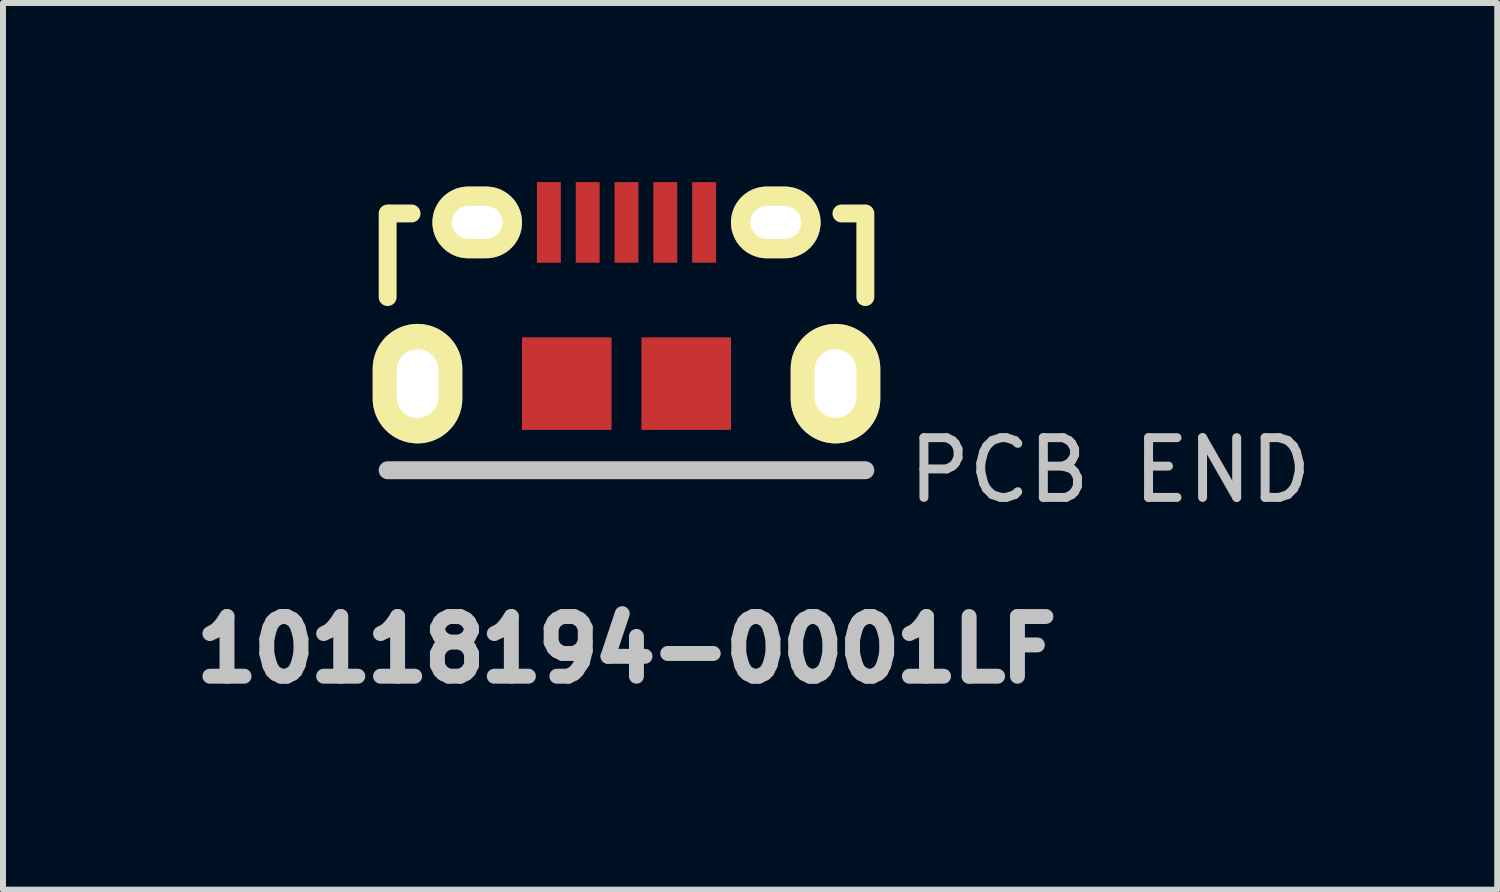
<source format=kicad_pcb>
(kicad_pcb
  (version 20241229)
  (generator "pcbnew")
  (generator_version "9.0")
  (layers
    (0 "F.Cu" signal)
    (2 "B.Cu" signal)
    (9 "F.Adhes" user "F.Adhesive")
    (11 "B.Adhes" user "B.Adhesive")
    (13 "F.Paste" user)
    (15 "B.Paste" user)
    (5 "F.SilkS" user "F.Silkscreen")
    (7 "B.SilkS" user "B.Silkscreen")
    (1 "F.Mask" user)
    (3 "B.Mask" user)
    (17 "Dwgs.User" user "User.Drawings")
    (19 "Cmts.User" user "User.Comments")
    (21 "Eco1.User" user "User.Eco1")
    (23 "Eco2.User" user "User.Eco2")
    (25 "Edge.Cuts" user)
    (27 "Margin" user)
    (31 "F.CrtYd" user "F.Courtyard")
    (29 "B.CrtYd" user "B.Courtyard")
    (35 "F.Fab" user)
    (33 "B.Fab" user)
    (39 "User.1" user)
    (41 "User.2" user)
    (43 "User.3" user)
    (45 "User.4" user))
  (footprint "10118194-0001LF"
    (layer "F.Cu")
    (at 7.442 4.825)
    (property "Reference" "10118194-0001LF" (at 0 3 0) (layer "Dwgs.User") (effects (font (size 1 1) (thickness 0.25))))
    (attr through_hole)
    (fp_line (start -4 -2.9) (end -4 -4.3) (stroke (width 0.3) (type solid)) (layer "F.SilkS"))
    (fp_line (start -3.95 -4.3) (end -3.6 -4.3) (stroke (width 0.3) (type solid)) (layer "F.SilkS"))
    (fp_line (start 3.6 -4.3) (end 3.95 -4.3) (stroke (width 0.3) (type solid)) (layer "F.SilkS"))
    (fp_line (start 4 -2.9) (end 4 -4.3) (stroke (width 0.3) (type solid)) (layer "F.SilkS"))
    (fp_line (start -4 0) (end 4 0) (stroke (width 0.3) (type solid)) (layer "Dwgs.User"))
    (fp_text user "PCB END" (at 8.1 0 0) (layer "Dwgs.User") (effects (font (size 1 1) (thickness 0.15))))
    (pad "1" smd rect (at -1.3 -4.15) (size 0.4 1.35) (layers "F.Cu" "F.Mask" "F.Paste"))
    (pad "2" smd rect (at -0.65 -4.15) (size 0.4 1.35) (layers "F.Cu" "F.Mask" "F.Paste"))
    (pad "3" smd rect (at 0 -4.15) (size 0.4 1.35) (layers "F.Cu" "F.Mask" "F.Paste"))
    (pad "4" smd rect (at 0.65 -4.15) (size 0.4 1.35) (layers "F.Cu" "F.Mask" "F.Paste"))
    (pad "5" smd rect (at 1.3 -4.15) (size 0.4 1.35) (layers "F.Cu" "F.Mask" "F.Paste"))
    (pad "6" thru_hole oval (at 2.5 -4.15) (size 1.5 1.2) (drill oval 0.85 0.55) (layers "*.Cu" "*.Mask" "F.SilkS"))
    (pad "7" thru_hole oval (at 3.5 -1.45) (size 1.5 2) (drill oval 0.7 1.15) (layers "*.Cu" "*.Mask" "F.SilkS"))
    (pad "8" smd rect (at 1 -1.45) (size 1.5 1.55) (layers "F.Cu" "F.Mask" "F.Paste"))
    (pad "9" smd rect (at -1 -1.45) (size 1.5 1.55) (layers "F.Cu" "F.Mask" "F.Paste"))
    (pad "10" thru_hole oval (at -3.5 -1.45) (size 1.5 2) (drill oval 0.7 1.15) (layers "*.Cu" "*.Mask" "F.SilkS"))
    (pad "11" thru_hole oval (at -2.5 -4.15) (size 1.5 1.2) (drill oval 0.85 0.55) (layers "*.Cu" "*.Mask" "F.SilkS")))
  (gr_rect
    (start -3 -3)
    (end 22.024 11.849)
    (stroke (width 0.1) (type default))
    (fill no)
    (layer "Edge.Cuts")))
</source>
